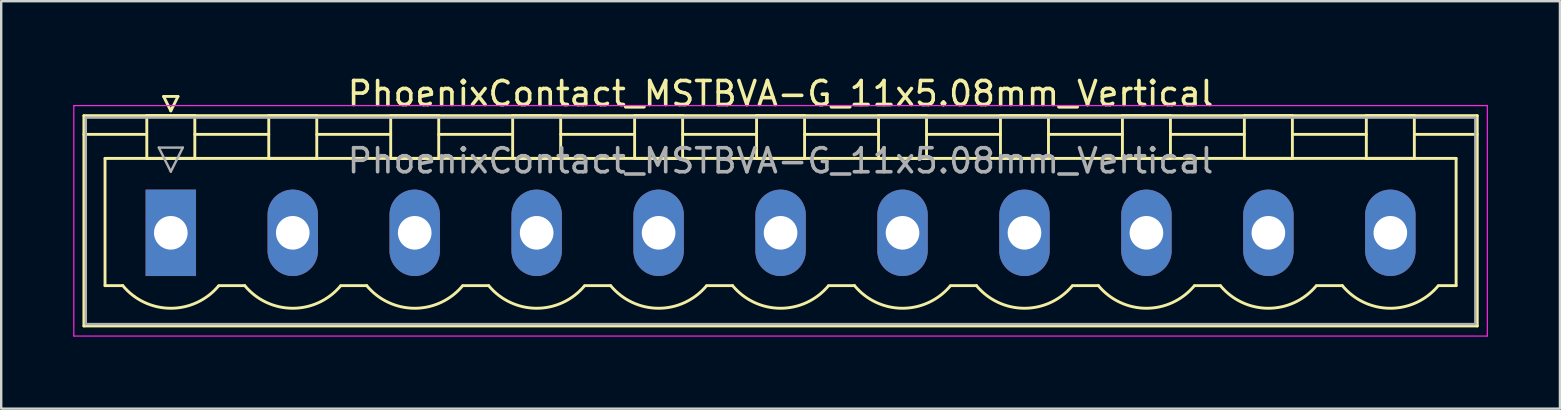
<source format=kicad_pcb>
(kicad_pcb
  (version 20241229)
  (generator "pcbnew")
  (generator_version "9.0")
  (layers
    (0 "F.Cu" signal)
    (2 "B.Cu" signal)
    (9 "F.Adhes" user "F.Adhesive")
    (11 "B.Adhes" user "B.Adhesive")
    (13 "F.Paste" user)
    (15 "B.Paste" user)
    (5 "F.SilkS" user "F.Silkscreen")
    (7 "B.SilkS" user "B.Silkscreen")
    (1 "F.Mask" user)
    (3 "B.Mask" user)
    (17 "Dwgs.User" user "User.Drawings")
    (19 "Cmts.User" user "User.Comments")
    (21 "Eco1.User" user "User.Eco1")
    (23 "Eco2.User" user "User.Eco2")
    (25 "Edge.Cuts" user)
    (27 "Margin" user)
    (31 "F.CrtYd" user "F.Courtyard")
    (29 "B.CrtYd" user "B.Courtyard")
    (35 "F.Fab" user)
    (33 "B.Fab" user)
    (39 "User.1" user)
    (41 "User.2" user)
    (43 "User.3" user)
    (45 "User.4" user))
  (footprint "PhoenixContact_MSTBVA-G_11x5.08mm_Vertical"
    (layer "F.Cu")
    (at 4.065 6.648)
    (property "Reference" "PhoenixContact_MSTBVA-G_11x5.08mm_Vertical" (at 25.4 -5.8 0) (layer "F.SilkS") (effects (font (size 1 1) (thickness 0.15))))
    (attr through_hole)
    (fp_line (start -3.62 -4.88) (end -3.62 3.88) (stroke (width 0.12) (type solid)) (layer "F.SilkS"))
    (fp_line (start -3.62 -4.1) (end -1.08 -4.1) (stroke (width 0.12) (type solid)) (layer "F.SilkS"))
    (fp_line (start -3.62 3.88) (end 54.42 3.88) (stroke (width 0.12) (type solid)) (layer "F.SilkS"))
    (fp_line (start -2.74 -3.1) (end 53.54 -3.1) (stroke (width 0.12) (type solid)) (layer "F.SilkS"))
    (fp_line (start -2.74 2.2) (end -2.74 -3.1) (stroke (width 0.12) (type solid)) (layer "F.SilkS"))
    (fp_line (start -2 2.2) (end -2.74 2.2) (stroke (width 0.12) (type solid)) (layer "F.SilkS"))
    (fp_line (start -1 -4.88) (end 1 -4.88) (stroke (width 0.12) (type solid)) (layer "F.SilkS"))
    (fp_line (start -1 -3.1) (end -1 -4.88) (stroke (width 0.12) (type solid)) (layer "F.SilkS"))
    (fp_line (start -0.3 -5.68) (end 0.3 -5.68) (stroke (width 0.12) (type solid)) (layer "F.SilkS"))
    (fp_line (start 0 -5.08) (end -0.3 -5.68) (stroke (width 0.12) (type solid)) (layer "F.SilkS"))
    (fp_line (start 0.3 -5.68) (end 0 -5.08) (stroke (width 0.12) (type solid)) (layer "F.SilkS"))
    (fp_line (start 1 -4.88) (end 1 -3.1) (stroke (width 0.12) (type solid)) (layer "F.SilkS"))
    (fp_line (start 1 -4.1) (end 4.08 -4.1) (stroke (width 0.12) (type solid)) (layer "F.SilkS"))
    (fp_line (start 1 -3.1) (end -1 -3.1) (stroke (width 0.12) (type solid)) (layer "F.SilkS"))
    (fp_line (start 2 2.2) (end 3.08 2.2) (stroke (width 0.12) (type solid)) (layer "F.SilkS"))
    (fp_line (start 4.08 -4.88) (end 6.08 -4.88) (stroke (width 0.12) (type solid)) (layer "F.SilkS"))
    (fp_line (start 4.08 -3.1) (end 4.08 -4.88) (stroke (width 0.12) (type solid)) (layer "F.SilkS"))
    (fp_line (start 6.08 -4.88) (end 6.08 -3.1) (stroke (width 0.12) (type solid)) (layer "F.SilkS"))
    (fp_line (start 6.08 -4.1) (end 9.16 -4.1) (stroke (width 0.12) (type solid)) (layer "F.SilkS"))
    (fp_line (start 6.08 -3.1) (end 4.08 -3.1) (stroke (width 0.12) (type solid)) (layer "F.SilkS"))
    (fp_line (start 7.08 2.2) (end 8.16 2.2) (stroke (width 0.12) (type solid)) (layer "F.SilkS"))
    (fp_line (start 9.16 -4.88) (end 11.16 -4.88) (stroke (width 0.12) (type solid)) (layer "F.SilkS"))
    (fp_line (start 9.16 -3.1) (end 9.16 -4.88) (stroke (width 0.12) (type solid)) (layer "F.SilkS"))
    (fp_line (start 11.16 -4.88) (end 11.16 -3.1) (stroke (width 0.12) (type solid)) (layer "F.SilkS"))
    (fp_line (start 11.16 -4.1) (end 14.24 -4.1) (stroke (width 0.12) (type solid)) (layer "F.SilkS"))
    (fp_line (start 11.16 -3.1) (end 9.16 -3.1) (stroke (width 0.12) (type solid)) (layer "F.SilkS"))
    (fp_line (start 12.16 2.2) (end 13.24 2.2) (stroke (width 0.12) (type solid)) (layer "F.SilkS"))
    (fp_line (start 14.24 -4.88) (end 16.24 -4.88) (stroke (width 0.12) (type solid)) (layer "F.SilkS"))
    (fp_line (start 14.24 -3.1) (end 14.24 -4.88) (stroke (width 0.12) (type solid)) (layer "F.SilkS"))
    (fp_line (start 16.24 -4.88) (end 16.24 -3.1) (stroke (width 0.12) (type solid)) (layer "F.SilkS"))
    (fp_line (start 16.24 -4.1) (end 19.32 -4.1) (stroke (width 0.12) (type solid)) (layer "F.SilkS"))
    (fp_line (start 16.24 -3.1) (end 14.24 -3.1) (stroke (width 0.12) (type solid)) (layer "F.SilkS"))
    (fp_line (start 17.24 2.2) (end 18.32 2.2) (stroke (width 0.12) (type solid)) (layer "F.SilkS"))
    (fp_line (start 19.32 -4.88) (end 21.32 -4.88) (stroke (width 0.12) (type solid)) (layer "F.SilkS"))
    (fp_line (start 19.32 -3.1) (end 19.32 -4.88) (stroke (width 0.12) (type solid)) (layer "F.SilkS"))
    (fp_line (start 21.32 -4.88) (end 21.32 -3.1) (stroke (width 0.12) (type solid)) (layer "F.SilkS"))
    (fp_line (start 21.32 -4.1) (end 24.4 -4.1) (stroke (width 0.12) (type solid)) (layer "F.SilkS"))
    (fp_line (start 21.32 -3.1) (end 19.32 -3.1) (stroke (width 0.12) (type solid)) (layer "F.SilkS"))
    (fp_line (start 22.32 2.2) (end 23.4 2.2) (stroke (width 0.12) (type solid)) (layer "F.SilkS"))
    (fp_line (start 24.4 -4.88) (end 26.4 -4.88) (stroke (width 0.12) (type solid)) (layer "F.SilkS"))
    (fp_line (start 24.4 -3.1) (end 24.4 -4.88) (stroke (width 0.12) (type solid)) (layer "F.SilkS"))
    (fp_line (start 26.4 -4.88) (end 26.4 -3.1) (stroke (width 0.12) (type solid)) (layer "F.SilkS"))
    (fp_line (start 26.4 -4.1) (end 29.48 -4.1) (stroke (width 0.12) (type solid)) (layer "F.SilkS"))
    (fp_line (start 26.4 -3.1) (end 24.4 -3.1) (stroke (width 0.12) (type solid)) (layer "F.SilkS"))
    (fp_line (start 27.4 2.2) (end 28.48 2.2) (stroke (width 0.12) (type solid)) (layer "F.SilkS"))
    (fp_line (start 29.48 -4.88) (end 31.48 -4.88) (stroke (width 0.12) (type solid)) (layer "F.SilkS"))
    (fp_line (start 29.48 -3.1) (end 29.48 -4.88) (stroke (width 0.12) (type solid)) (layer "F.SilkS"))
    (fp_line (start 31.48 -4.88) (end 31.48 -3.1) (stroke (width 0.12) (type solid)) (layer "F.SilkS"))
    (fp_line (start 31.48 -4.1) (end 34.56 -4.1) (stroke (width 0.12) (type solid)) (layer "F.SilkS"))
    (fp_line (start 31.48 -3.1) (end 29.48 -3.1) (stroke (width 0.12) (type solid)) (layer "F.SilkS"))
    (fp_line (start 32.48 2.2) (end 33.56 2.2) (stroke (width 0.12) (type solid)) (layer "F.SilkS"))
    (fp_line (start 34.56 -4.88) (end 36.56 -4.88) (stroke (width 0.12) (type solid)) (layer "F.SilkS"))
    (fp_line (start 34.56 -3.1) (end 34.56 -4.88) (stroke (width 0.12) (type solid)) (layer "F.SilkS"))
    (fp_line (start 36.56 -4.88) (end 36.56 -3.1) (stroke (width 0.12) (type solid)) (layer "F.SilkS"))
    (fp_line (start 36.56 -4.1) (end 39.64 -4.1) (stroke (width 0.12) (type solid)) (layer "F.SilkS"))
    (fp_line (start 36.56 -3.1) (end 34.56 -3.1) (stroke (width 0.12) (type solid)) (layer "F.SilkS"))
    (fp_line (start 37.56 2.2) (end 38.64 2.2) (stroke (width 0.12) (type solid)) (layer "F.SilkS"))
    (fp_line (start 39.64 -4.88) (end 41.64 -4.88) (stroke (width 0.12) (type solid)) (layer "F.SilkS"))
    (fp_line (start 39.64 -3.1) (end 39.64 -4.88) (stroke (width 0.12) (type solid)) (layer "F.SilkS"))
    (fp_line (start 41.64 -4.88) (end 41.64 -3.1) (stroke (width 0.12) (type solid)) (layer "F.SilkS"))
    (fp_line (start 41.64 -4.1) (end 44.72 -4.1) (stroke (width 0.12) (type solid)) (layer "F.SilkS"))
    (fp_line (start 41.64 -3.1) (end 39.64 -3.1) (stroke (width 0.12) (type solid)) (layer "F.SilkS"))
    (fp_line (start 42.64 2.2) (end 43.72 2.2) (stroke (width 0.12) (type solid)) (layer "F.SilkS"))
    (fp_line (start 44.72 -4.88) (end 46.72 -4.88) (stroke (width 0.12) (type solid)) (layer "F.SilkS"))
    (fp_line (start 44.72 -3.1) (end 44.72 -4.88) (stroke (width 0.12) (type solid)) (layer "F.SilkS"))
    (fp_line (start 46.72 -4.88) (end 46.72 -3.1) (stroke (width 0.12) (type solid)) (layer "F.SilkS"))
    (fp_line (start 46.72 -4.1) (end 49.8 -4.1) (stroke (width 0.12) (type solid)) (layer "F.SilkS"))
    (fp_line (start 46.72 -3.1) (end 44.72 -3.1) (stroke (width 0.12) (type solid)) (layer "F.SilkS"))
    (fp_line (start 47.72 2.2) (end 48.8 2.2) (stroke (width 0.12) (type solid)) (layer "F.SilkS"))
    (fp_line (start 49.8 -4.88) (end 51.8 -4.88) (stroke (width 0.12) (type solid)) (layer "F.SilkS"))
    (fp_line (start 49.8 -3.1) (end 49.8 -4.88) (stroke (width 0.12) (type solid)) (layer "F.SilkS"))
    (fp_line (start 51.8 -4.88) (end 51.8 -3.1) (stroke (width 0.12) (type solid)) (layer "F.SilkS"))
    (fp_line (start 51.8 -3.1) (end 49.8 -3.1) (stroke (width 0.12) (type solid)) (layer "F.SilkS"))
    (fp_line (start 53.54 -3.1) (end 53.54 2.2) (stroke (width 0.12) (type solid)) (layer "F.SilkS"))
    (fp_line (start 53.54 2.2) (end 52.8 2.2) (stroke (width 0.12) (type solid)) (layer "F.SilkS"))
    (fp_line (start 54.42 -4.88) (end -3.62 -4.88) (stroke (width 0.12) (type solid)) (layer "F.SilkS"))
    (fp_line (start 54.42 -4.1) (end 51.88 -4.1) (stroke (width 0.12) (type solid)) (layer "F.SilkS"))
    (fp_line (start 54.42 3.88) (end 54.42 -4.88) (stroke (width 0.12) (type solid)) (layer "F.SilkS"))
    (fp_arc (start 1.986842 2.215821) (mid -0.010289 3.142758) (end -2 2.2) (stroke (width 0.12) (type solid)) (layer "F.SilkS"))
    (fp_arc (start 7.066842 2.215821) (mid 5.069711 3.142758) (end 3.08 2.2) (stroke (width 0.12) (type solid)) (layer "F.SilkS"))
    (fp_arc (start 12.146842 2.215821) (mid 10.149711 3.142758) (end 8.16 2.2) (stroke (width 0.12) (type solid)) (layer "F.SilkS"))
    (fp_arc (start 17.226842 2.215821) (mid 15.229711 3.142758) (end 13.24 2.2) (stroke (width 0.12) (type solid)) (layer "F.SilkS"))
    (fp_arc (start 22.306842 2.215821) (mid 20.309711 3.142758) (end 18.32 2.2) (stroke (width 0.12) (type solid)) (layer "F.SilkS"))
    (fp_arc (start 27.386842 2.215821) (mid 25.389711 3.142758) (end 23.4 2.2) (stroke (width 0.12) (type solid)) (layer "F.SilkS"))
    (fp_arc (start 32.466842 2.215821) (mid 30.469711 3.142758) (end 28.48 2.2) (stroke (width 0.12) (type solid)) (layer "F.SilkS"))
    (fp_arc (start 37.546842 2.215821) (mid 35.549711 3.142758) (end 33.56 2.2) (stroke (width 0.12) (type solid)) (layer "F.SilkS"))
    (fp_arc (start 42.626842 2.215821) (mid 40.629711 3.142758) (end 38.64 2.2) (stroke (width 0.12) (type solid)) (layer "F.SilkS"))
    (fp_arc (start 47.706842 2.215821) (mid 45.709711 3.142758) (end 43.72 2.2) (stroke (width 0.12) (type solid)) (layer "F.SilkS"))
    (fp_arc (start 52.786842 2.215821) (mid 50.789711 3.142758) (end 48.8 2.2) (stroke (width 0.12) (type solid)) (layer "F.SilkS"))
    (fp_line (start -4.04 -5.3) (end -4.04 4.3) (stroke (width 0.05) (type solid)) (layer "F.CrtYd"))
    (fp_line (start -4.04 4.3) (end 54.84 4.3) (stroke (width 0.05) (type solid)) (layer "F.CrtYd"))
    (fp_line (start 54.84 -5.3) (end -4.04 -5.3) (stroke (width 0.05) (type solid)) (layer "F.CrtYd"))
    (fp_line (start 54.84 4.3) (end 54.84 -5.3) (stroke (width 0.05) (type solid)) (layer "F.CrtYd"))
    (fp_line (start -3.54 -4.8) (end -3.54 3.8) (stroke (width 0.1) (type solid)) (layer "F.Fab"))
    (fp_line (start -3.54 3.8) (end 54.34 3.8) (stroke (width 0.1) (type solid)) (layer "F.Fab"))
    (fp_line (start -0.5 -3.55) (end 0.5 -3.55) (stroke (width 0.1) (type solid)) (layer "F.Fab"))
    (fp_line (start 0 -2.55) (end -0.5 -3.55) (stroke (width 0.1) (type solid)) (layer "F.Fab"))
    (fp_line (start 0.5 -3.55) (end 0 -2.55) (stroke (width 0.1) (type solid)) (layer "F.Fab"))
    (fp_line (start 54.34 -4.8) (end -3.54 -4.8) (stroke (width 0.1) (type solid)) (layer "F.Fab"))
    (fp_line (start 54.34 3.8) (end 54.34 -4.8) (stroke (width 0.1) (type solid)) (layer "F.Fab"))
    (fp_text user "${REFERENCE}" (at 25.4 -3 0) (layer "F.Fab") (effects (font (size 1 1) (thickness 0.15))))
    (pad "1" thru_hole rect (at 0 0) (size 2.1 3.6) (drill 1.4) (layers "*.Cu" "*.Mask"))
    (pad "2" thru_hole oval (at 5.08 0) (size 2.1 3.6) (drill 1.4) (layers "*.Cu" "*.Mask"))
    (pad "3" thru_hole oval (at 10.16 0) (size 2.1 3.6) (drill 1.4) (layers "*.Cu" "*.Mask"))
    (pad "4" thru_hole oval (at 15.24 0) (size 2.1 3.6) (drill 1.4) (layers "*.Cu" "*.Mask"))
    (pad "5" thru_hole oval (at 20.32 0) (size 2.1 3.6) (drill 1.4) (layers "*.Cu" "*.Mask"))
    (pad "6" thru_hole oval (at 25.4 0) (size 2.1 3.6) (drill 1.4) (layers "*.Cu" "*.Mask"))
    (pad "7" thru_hole oval (at 30.48 0) (size 2.1 3.6) (drill 1.4) (layers "*.Cu" "*.Mask"))
    (pad "8" thru_hole oval (at 35.56 0) (size 2.1 3.6) (drill 1.4) (layers "*.Cu" "*.Mask"))
    (pad "9" thru_hole oval (at 40.64 0) (size 2.1 3.6) (drill 1.4) (layers "*.Cu" "*.Mask"))
    (pad "10" thru_hole oval (at 45.72 0) (size 2.1 3.6) (drill 1.4) (layers "*.Cu" "*.Mask"))
    (pad "11" thru_hole oval (at 50.8 0) (size 2.1 3.6) (drill 1.4) (layers "*.Cu" "*.Mask")))
  (gr_rect
    (start -3 -3)
    (end 61.93 13.973)
    (stroke (width 0.1) (type default))
    (fill no)
    (layer "Edge.Cuts")))
</source>
